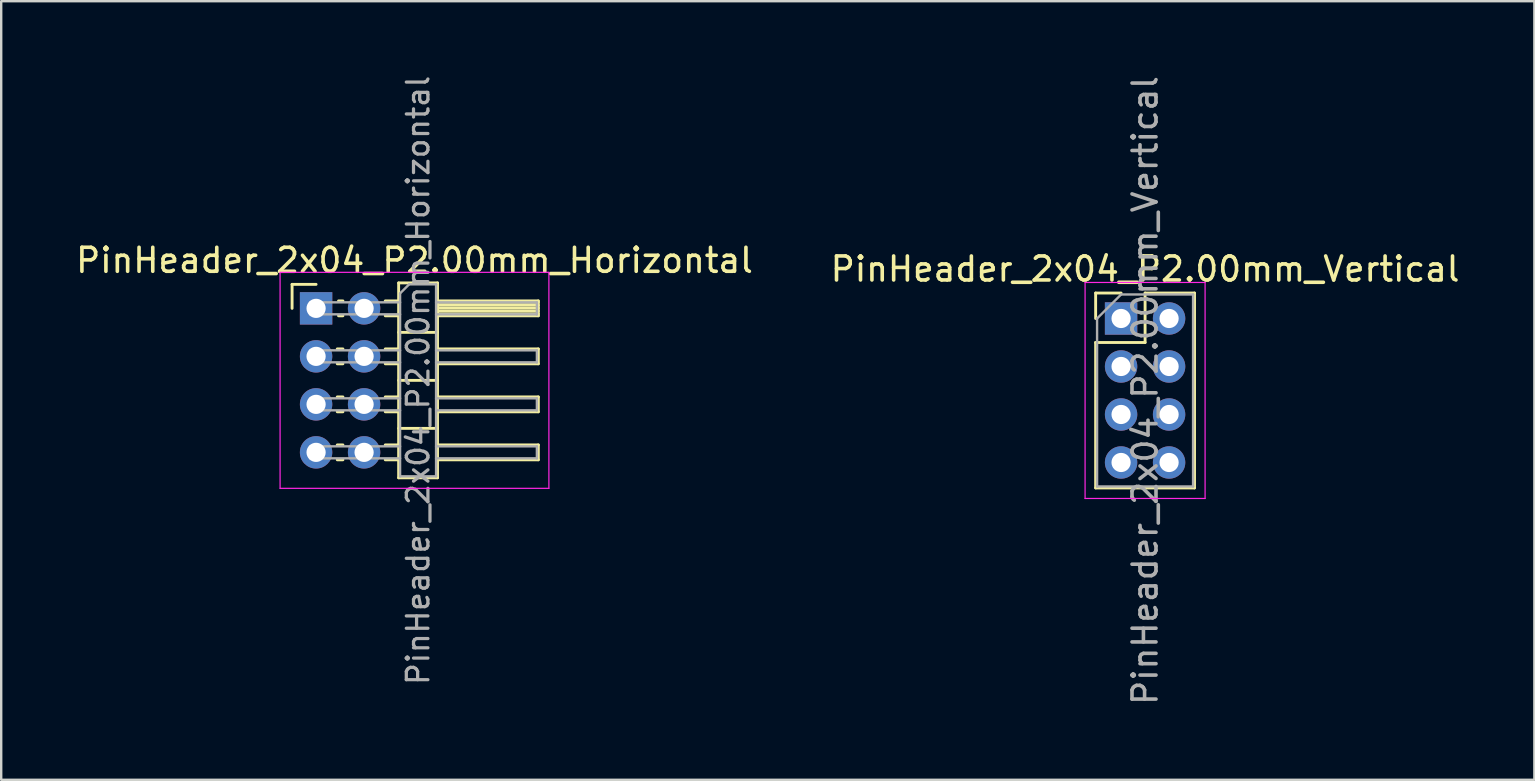
<source format=kicad_pcb>
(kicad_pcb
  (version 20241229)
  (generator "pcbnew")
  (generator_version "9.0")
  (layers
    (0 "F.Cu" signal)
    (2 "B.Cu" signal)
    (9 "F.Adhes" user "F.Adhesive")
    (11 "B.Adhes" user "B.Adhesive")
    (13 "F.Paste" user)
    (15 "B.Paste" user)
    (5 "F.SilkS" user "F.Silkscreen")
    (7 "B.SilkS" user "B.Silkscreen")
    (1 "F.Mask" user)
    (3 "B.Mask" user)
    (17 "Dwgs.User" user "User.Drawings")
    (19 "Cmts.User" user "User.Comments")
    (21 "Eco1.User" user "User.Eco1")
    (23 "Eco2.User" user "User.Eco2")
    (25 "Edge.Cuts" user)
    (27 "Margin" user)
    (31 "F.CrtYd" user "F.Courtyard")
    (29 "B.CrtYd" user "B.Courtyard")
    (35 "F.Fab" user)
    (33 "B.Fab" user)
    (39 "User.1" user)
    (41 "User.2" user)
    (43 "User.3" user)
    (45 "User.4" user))
  (footprint "PinHeader_2x04_P2.00mm_Horizontal"
    (layer "F.Cu")
    (at 10.12 9.798)
    (property "Reference" "PinHeader_2x04_P2.00mm_Horizontal" (at 4.1 -2 0) (layer "F.SilkS") (effects (font (size 1 1) (thickness 0.15))))
    (attr through_hole)
    (fp_line (start -1 -1) (end 0 -1) (stroke (width 0.12) (type solid)) (layer "F.SilkS"))
    (fp_line (start -1 0) (end -1 -1) (stroke (width 0.12) (type solid)) (layer "F.SilkS"))
    (fp_line (start 0.882 1.69) (end 1.118 1.69) (stroke (width 0.12) (type solid)) (layer "F.SilkS"))
    (fp_line (start 0.882 2.31) (end 1.118 2.31) (stroke (width 0.12) (type solid)) (layer "F.SilkS"))
    (fp_line (start 0.882 3.69) (end 1.118 3.69) (stroke (width 0.12) (type solid)) (layer "F.SilkS"))
    (fp_line (start 0.882 4.31) (end 1.118 4.31) (stroke (width 0.12) (type solid)) (layer "F.SilkS"))
    (fp_line (start 0.882 5.69) (end 1.118 5.69) (stroke (width 0.12) (type solid)) (layer "F.SilkS"))
    (fp_line (start 0.882 6.31) (end 1.118 6.31) (stroke (width 0.12) (type solid)) (layer "F.SilkS"))
    (fp_line (start 0.935 -0.31) (end 1.118 -0.31) (stroke (width 0.12) (type solid)) (layer "F.SilkS"))
    (fp_line (start 0.935 0.31) (end 1.118 0.31) (stroke (width 0.12) (type solid)) (layer "F.SilkS"))
    (fp_line (start 2.882 -0.31) (end 3.44 -0.31) (stroke (width 0.12) (type solid)) (layer "F.SilkS"))
    (fp_line (start 2.882 0.31) (end 3.44 0.31) (stroke (width 0.12) (type solid)) (layer "F.SilkS"))
    (fp_line (start 2.882 1.69) (end 3.44 1.69) (stroke (width 0.12) (type solid)) (layer "F.SilkS"))
    (fp_line (start 2.882 2.31) (end 3.44 2.31) (stroke (width 0.12) (type solid)) (layer "F.SilkS"))
    (fp_line (start 2.882 3.69) (end 3.44 3.69) (stroke (width 0.12) (type solid)) (layer "F.SilkS"))
    (fp_line (start 2.882 4.31) (end 3.44 4.31) (stroke (width 0.12) (type solid)) (layer "F.SilkS"))
    (fp_line (start 2.882 5.69) (end 3.44 5.69) (stroke (width 0.12) (type solid)) (layer "F.SilkS"))
    (fp_line (start 2.882 6.31) (end 3.44 6.31) (stroke (width 0.12) (type solid)) (layer "F.SilkS"))
    (fp_line (start 3.44 -1.06) (end 3.44 7.06) (stroke (width 0.12) (type solid)) (layer "F.SilkS"))
    (fp_line (start 3.44 1) (end 5.06 1) (stroke (width 0.12) (type solid)) (layer "F.SilkS"))
    (fp_line (start 3.44 3) (end 5.06 3) (stroke (width 0.12) (type solid)) (layer "F.SilkS"))
    (fp_line (start 3.44 5) (end 5.06 5) (stroke (width 0.12) (type solid)) (layer "F.SilkS"))
    (fp_line (start 3.44 7.06) (end 5.06 7.06) (stroke (width 0.12) (type solid)) (layer "F.SilkS"))
    (fp_line (start 5.06 -1.06) (end 3.44 -1.06) (stroke (width 0.12) (type solid)) (layer "F.SilkS"))
    (fp_line (start 5.06 -0.31) (end 9.26 -0.31) (stroke (width 0.12) (type solid)) (layer "F.SilkS"))
    (fp_line (start 5.06 -0.25) (end 9.26 -0.25) (stroke (width 0.12) (type solid)) (layer "F.SilkS"))
    (fp_line (start 5.06 -0.13) (end 9.26 -0.13) (stroke (width 0.12) (type solid)) (layer "F.SilkS"))
    (fp_line (start 5.06 -0.01) (end 9.26 -0.01) (stroke (width 0.12) (type solid)) (layer "F.SilkS"))
    (fp_line (start 5.06 0.11) (end 9.26 0.11) (stroke (width 0.12) (type solid)) (layer "F.SilkS"))
    (fp_line (start 5.06 0.23) (end 9.26 0.23) (stroke (width 0.12) (type solid)) (layer "F.SilkS"))
    (fp_line (start 5.06 1.69) (end 9.26 1.69) (stroke (width 0.12) (type solid)) (layer "F.SilkS"))
    (fp_line (start 5.06 3.69) (end 9.26 3.69) (stroke (width 0.12) (type solid)) (layer "F.SilkS"))
    (fp_line (start 5.06 5.69) (end 9.26 5.69) (stroke (width 0.12) (type solid)) (layer "F.SilkS"))
    (fp_line (start 5.06 7.06) (end 5.06 -1.06) (stroke (width 0.12) (type solid)) (layer "F.SilkS"))
    (fp_line (start 9.26 -0.31) (end 9.26 0.31) (stroke (width 0.12) (type solid)) (layer "F.SilkS"))
    (fp_line (start 9.26 0.31) (end 5.06 0.31) (stroke (width 0.12) (type solid)) (layer "F.SilkS"))
    (fp_line (start 9.26 1.69) (end 9.26 2.31) (stroke (width 0.12) (type solid)) (layer "F.SilkS"))
    (fp_line (start 9.26 2.31) (end 5.06 2.31) (stroke (width 0.12) (type solid)) (layer "F.SilkS"))
    (fp_line (start 9.26 3.69) (end 9.26 4.31) (stroke (width 0.12) (type solid)) (layer "F.SilkS"))
    (fp_line (start 9.26 4.31) (end 5.06 4.31) (stroke (width 0.12) (type solid)) (layer "F.SilkS"))
    (fp_line (start 9.26 5.69) (end 9.26 6.31) (stroke (width 0.12) (type solid)) (layer "F.SilkS"))
    (fp_line (start 9.26 6.31) (end 5.06 6.31) (stroke (width 0.12) (type solid)) (layer "F.SilkS"))
    (fp_line (start -1.5 -1.5) (end -1.5 7.5) (stroke (width 0.05) (type solid)) (layer "F.CrtYd"))
    (fp_line (start -1.5 7.5) (end 9.7 7.5) (stroke (width 0.05) (type solid)) (layer "F.CrtYd"))
    (fp_line (start 9.7 -1.5) (end -1.5 -1.5) (stroke (width 0.05) (type solid)) (layer "F.CrtYd"))
    (fp_line (start 9.7 7.5) (end 9.7 -1.5) (stroke (width 0.05) (type solid)) (layer "F.CrtYd"))
    (fp_line (start -0.25 -0.25) (end -0.25 0.25) (stroke (width 0.1) (type solid)) (layer "F.Fab"))
    (fp_line (start -0.25 -0.25) (end 3.5 -0.25) (stroke (width 0.1) (type solid)) (layer "F.Fab"))
    (fp_line (start -0.25 0.25) (end 3.5 0.25) (stroke (width 0.1) (type solid)) (layer "F.Fab"))
    (fp_line (start -0.25 1.75) (end -0.25 2.25) (stroke (width 0.1) (type solid)) (layer "F.Fab"))
    (fp_line (start -0.25 1.75) (end 3.5 1.75) (stroke (width 0.1) (type solid)) (layer "F.Fab"))
    (fp_line (start -0.25 2.25) (end 3.5 2.25) (stroke (width 0.1) (type solid)) (layer "F.Fab"))
    (fp_line (start -0.25 3.75) (end -0.25 4.25) (stroke (width 0.1) (type solid)) (layer "F.Fab"))
    (fp_line (start -0.25 3.75) (end 3.5 3.75) (stroke (width 0.1) (type solid)) (layer "F.Fab"))
    (fp_line (start -0.25 4.25) (end 3.5 4.25) (stroke (width 0.1) (type solid)) (layer "F.Fab"))
    (fp_line (start -0.25 5.75) (end -0.25 6.25) (stroke (width 0.1) (type solid)) (layer "F.Fab"))
    (fp_line (start -0.25 5.75) (end 3.5 5.75) (stroke (width 0.1) (type solid)) (layer "F.Fab"))
    (fp_line (start -0.25 6.25) (end 3.5 6.25) (stroke (width 0.1) (type solid)) (layer "F.Fab"))
    (fp_line (start 3.5 -0.625) (end 3.875 -1) (stroke (width 0.1) (type solid)) (layer "F.Fab"))
    (fp_line (start 3.5 7) (end 3.5 -0.625) (stroke (width 0.1) (type solid)) (layer "F.Fab"))
    (fp_line (start 3.875 -1) (end 5 -1) (stroke (width 0.1) (type solid)) (layer "F.Fab"))
    (fp_line (start 5 -1) (end 5 7) (stroke (width 0.1) (type solid)) (layer "F.Fab"))
    (fp_line (start 5 -0.25) (end 9.2 -0.25) (stroke (width 0.1) (type solid)) (layer "F.Fab"))
    (fp_line (start 5 0.25) (end 9.2 0.25) (stroke (width 0.1) (type solid)) (layer "F.Fab"))
    (fp_line (start 5 1.75) (end 9.2 1.75) (stroke (width 0.1) (type solid)) (layer "F.Fab"))
    (fp_line (start 5 2.25) (end 9.2 2.25) (stroke (width 0.1) (type solid)) (layer "F.Fab"))
    (fp_line (start 5 3.75) (end 9.2 3.75) (stroke (width 0.1) (type solid)) (layer "F.Fab"))
    (fp_line (start 5 4.25) (end 9.2 4.25) (stroke (width 0.1) (type solid)) (layer "F.Fab"))
    (fp_line (start 5 5.75) (end 9.2 5.75) (stroke (width 0.1) (type solid)) (layer "F.Fab"))
    (fp_line (start 5 6.25) (end 9.2 6.25) (stroke (width 0.1) (type solid)) (layer "F.Fab"))
    (fp_line (start 5 7) (end 3.5 7) (stroke (width 0.1) (type solid)) (layer "F.Fab"))
    (fp_line (start 9.2 -0.25) (end 9.2 0.25) (stroke (width 0.1) (type solid)) (layer "F.Fab"))
    (fp_line (start 9.2 1.75) (end 9.2 2.25) (stroke (width 0.1) (type solid)) (layer "F.Fab"))
    (fp_line (start 9.2 3.75) (end 9.2 4.25) (stroke (width 0.1) (type solid)) (layer "F.Fab"))
    (fp_line (start 9.2 5.75) (end 9.2 6.25) (stroke (width 0.1) (type solid)) (layer "F.Fab"))
    (fp_text user "${REFERENCE}" (at 4.25 3 90) (layer "F.Fab") (effects (font (size 0.9 0.9) (thickness 0.135))))
    (pad "1" thru_hole rect (at 0 0) (size 1.35 1.35) (drill 0.8) (layers "*.Cu" "*.Mask"))
    (pad "2" thru_hole oval (at 2 0) (size 1.35 1.35) (drill 0.8) (layers "*.Cu" "*.Mask"))
    (pad "3" thru_hole oval (at 0 2) (size 1.35 1.35) (drill 0.8) (layers "*.Cu" "*.Mask"))
    (pad "4" thru_hole oval (at 2 2) (size 1.35 1.35) (drill 0.8) (layers "*.Cu" "*.Mask"))
    (pad "5" thru_hole oval (at 0 4) (size 1.35 1.35) (drill 0.8) (layers "*.Cu" "*.Mask"))
    (pad "6" thru_hole oval (at 2 4) (size 1.35 1.35) (drill 0.8) (layers "*.Cu" "*.Mask"))
    (pad "7" thru_hole oval (at 0 6) (size 1.35 1.35) (drill 0.8) (layers "*.Cu" "*.Mask"))
    (pad "8" thru_hole oval (at 2 6) (size 1.35 1.35) (drill 0.8) (layers "*.Cu" "*.Mask")))
  (footprint "PinHeader_2x04_P2.00mm_Vertical"
    (layer "F.Cu")
    (at 43.661 10.22)
    (property "Reference" "PinHeader_2x04_P2.00mm_Vertical" (at 1 -2.06 0) (layer "F.SilkS") (effects (font (size 1 1) (thickness 0.15))))
    (attr through_hole)
    (fp_line (start -1.06 -1.06) (end 0 -1.06) (stroke (width 0.12) (type solid)) (layer "F.SilkS"))
    (fp_line (start -1.06 0) (end -1.06 -1.06) (stroke (width 0.12) (type solid)) (layer "F.SilkS"))
    (fp_line (start -1.06 1) (end -1.06 7.06) (stroke (width 0.12) (type solid)) (layer "F.SilkS"))
    (fp_line (start -1.06 1) (end 1 1) (stroke (width 0.12) (type solid)) (layer "F.SilkS"))
    (fp_line (start -1.06 7.06) (end 3.06 7.06) (stroke (width 0.12) (type solid)) (layer "F.SilkS"))
    (fp_line (start 1 -1.06) (end 3.06 -1.06) (stroke (width 0.12) (type solid)) (layer "F.SilkS"))
    (fp_line (start 1 1) (end 1 -1.06) (stroke (width 0.12) (type solid)) (layer "F.SilkS"))
    (fp_line (start 3.06 -1.06) (end 3.06 7.06) (stroke (width 0.12) (type solid)) (layer "F.SilkS"))
    (fp_line (start -1.5 -1.5) (end -1.5 7.5) (stroke (width 0.05) (type solid)) (layer "F.CrtYd"))
    (fp_line (start -1.5 7.5) (end 3.5 7.5) (stroke (width 0.05) (type solid)) (layer "F.CrtYd"))
    (fp_line (start 3.5 -1.5) (end -1.5 -1.5) (stroke (width 0.05) (type solid)) (layer "F.CrtYd"))
    (fp_line (start 3.5 7.5) (end 3.5 -1.5) (stroke (width 0.05) (type solid)) (layer "F.CrtYd"))
    (fp_line (start -1 0) (end 0 -1) (stroke (width 0.1) (type solid)) (layer "F.Fab"))
    (fp_line (start -1 7) (end -1 0) (stroke (width 0.1) (type solid)) (layer "F.Fab"))
    (fp_line (start 0 -1) (end 3 -1) (stroke (width 0.1) (type solid)) (layer "F.Fab"))
    (fp_line (start 3 -1) (end 3 7) (stroke (width 0.1) (type solid)) (layer "F.Fab"))
    (fp_line (start 3 7) (end -1 7) (stroke (width 0.1) (type solid)) (layer "F.Fab"))
    (fp_text user "${REFERENCE}" (at 1 3 90) (layer "F.Fab") (effects (font (size 1 1) (thickness 0.15))))
    (pad "1" thru_hole rect (at 0 0) (size 1.35 1.35) (drill 0.8) (layers "*.Cu" "*.Mask"))
    (pad "2" thru_hole oval (at 2 0) (size 1.35 1.35) (drill 0.8) (layers "*.Cu" "*.Mask"))
    (pad "3" thru_hole oval (at 0 2) (size 1.35 1.35) (drill 0.8) (layers "*.Cu" "*.Mask"))
    (pad "4" thru_hole oval (at 2 2) (size 1.35 1.35) (drill 0.8) (layers "*.Cu" "*.Mask"))
    (pad "5" thru_hole oval (at 0 4) (size 1.35 1.35) (drill 0.8) (layers "*.Cu" "*.Mask"))
    (pad "6" thru_hole oval (at 2 4) (size 1.35 1.35) (drill 0.8) (layers "*.Cu" "*.Mask"))
    (pad "7" thru_hole oval (at 0 6) (size 1.35 1.35) (drill 0.8) (layers "*.Cu" "*.Mask"))
    (pad "8" thru_hole oval (at 2 6) (size 1.35 1.35) (drill 0.8) (layers "*.Cu" "*.Mask")))
  (gr_rect
    (start -3 -3)
    (end 60.881 29.44)
    (stroke (width 0.1) (type default))
    (fill no)
    (layer "Edge.Cuts")))
</source>
